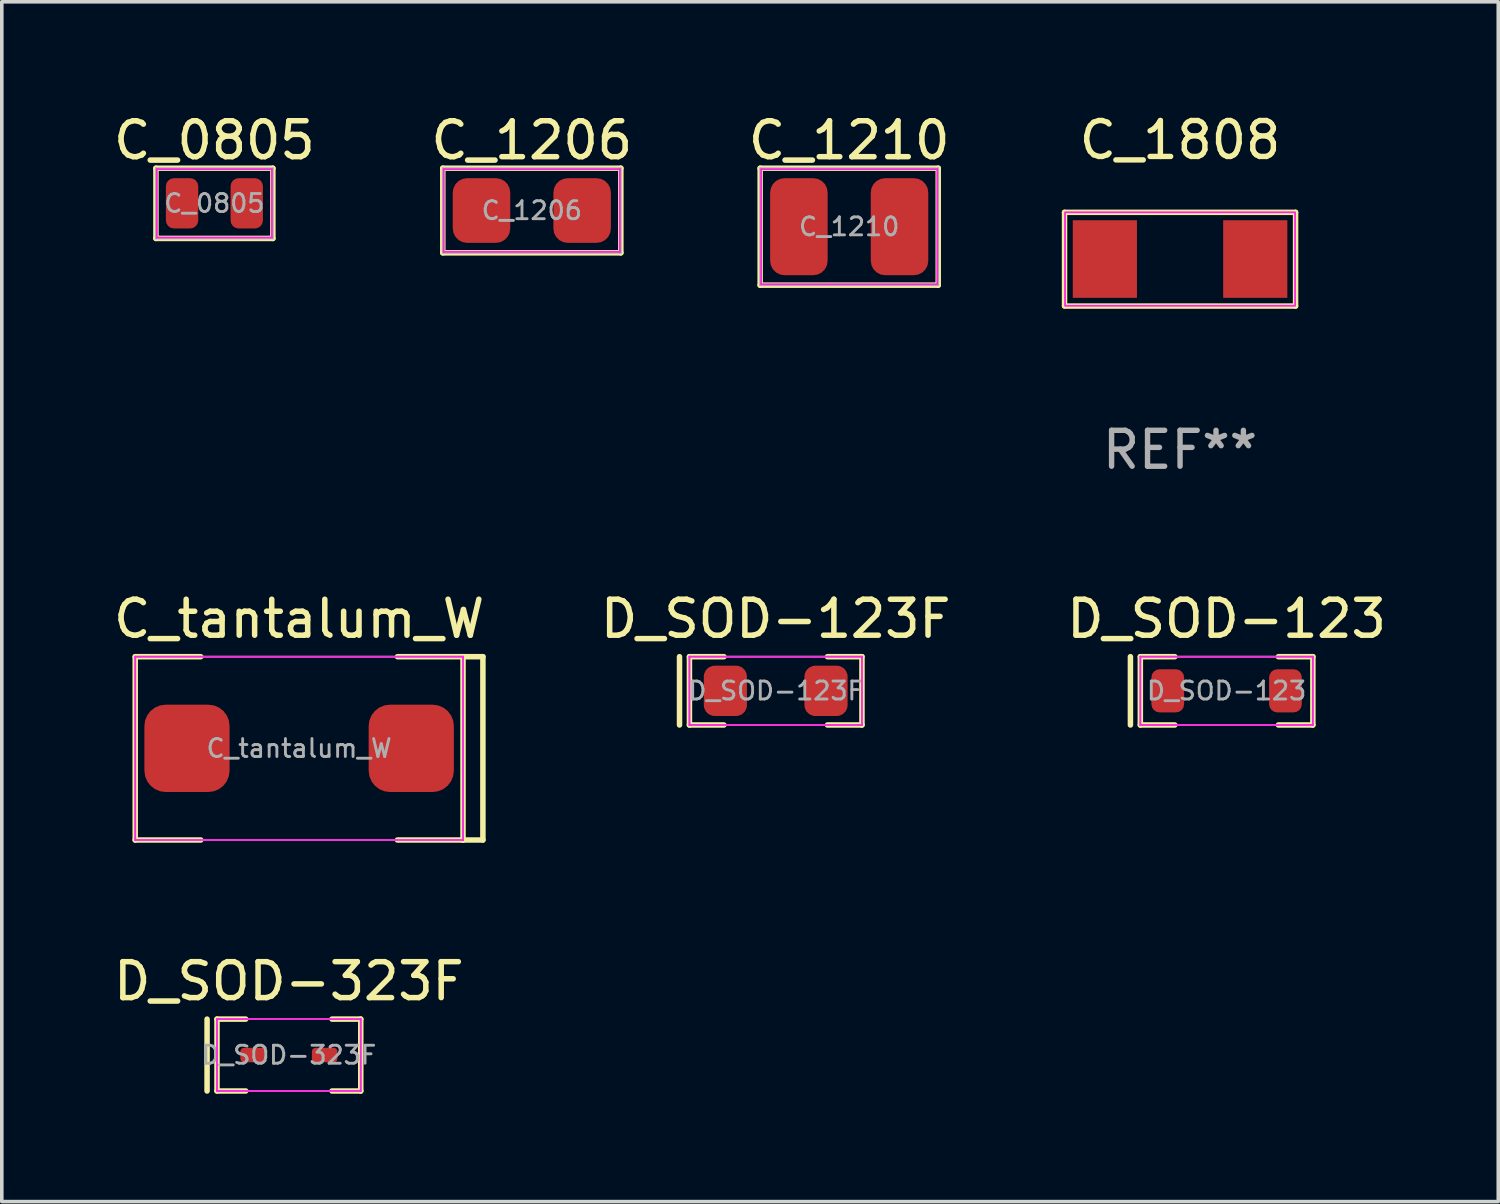
<source format=kicad_pcb>
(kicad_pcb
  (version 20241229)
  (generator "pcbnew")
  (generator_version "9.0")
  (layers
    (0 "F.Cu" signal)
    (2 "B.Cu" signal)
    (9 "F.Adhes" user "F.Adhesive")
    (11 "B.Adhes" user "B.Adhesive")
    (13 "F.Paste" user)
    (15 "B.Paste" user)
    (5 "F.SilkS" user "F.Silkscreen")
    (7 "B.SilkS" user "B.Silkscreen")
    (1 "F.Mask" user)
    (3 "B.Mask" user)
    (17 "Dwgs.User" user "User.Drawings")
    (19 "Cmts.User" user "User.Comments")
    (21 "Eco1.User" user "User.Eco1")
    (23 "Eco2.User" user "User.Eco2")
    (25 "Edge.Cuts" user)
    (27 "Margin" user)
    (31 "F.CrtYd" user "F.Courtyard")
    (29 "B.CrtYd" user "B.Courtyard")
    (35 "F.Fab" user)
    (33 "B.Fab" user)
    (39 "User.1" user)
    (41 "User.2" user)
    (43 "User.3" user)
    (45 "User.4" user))
  (footprint "D_SOD-123F"
    (layer "F.Cu")
    (at 18.531 16.17)
    (property "Reference" "D_SOD-123F" (at 0 -2.003 0) (layer "F.SilkS") (effects (font (size 1 1) (thickness 0.153))))
    (attr smd)
    (fp_line (start -2.676 -0.95) (end -2.676 0.95) (stroke (width 0.153) (type default)) (layer "F.SilkS"))
    (fp_line (start -2.4 -0.95) (end -2.4 0.95) (stroke (width 0.153) (type default)) (layer "F.SilkS"))
    (fp_line (start -2.4 -0.95) (end -1.44 -0.95) (stroke (width 0.153) (type default)) (layer "F.SilkS"))
    (fp_line (start -2.4 0.95) (end -1.44 0.95) (stroke (width 0.153) (type default)) (layer "F.SilkS"))
    (fp_line (start 2.4 -0.95) (end 1.44 -0.95) (stroke (width 0.153) (type default)) (layer "F.SilkS"))
    (fp_line (start 2.4 -0.95) (end 2.4 0.95) (stroke (width 0.153) (type default)) (layer "F.SilkS"))
    (fp_line (start 2.4 0.95) (end 1.44 0.95) (stroke (width 0.153) (type default)) (layer "F.SilkS"))
    (fp_line (start -2.4 -0.95) (end 2.4 -0.95) (stroke (width 0.05) (type default)) (layer "F.CrtYd"))
    (fp_line (start -2.4 0.95) (end -2.4 -0.95) (stroke (width 0.05) (type default)) (layer "F.CrtYd"))
    (fp_line (start 2.4 -0.95) (end 2.4 0.95) (stroke (width 0.05) (type default)) (layer "F.CrtYd"))
    (fp_line (start 2.4 0.95) (end -2.4 0.95) (stroke (width 0.05) (type default)) (layer "F.CrtYd"))
    (fp_line (start -2.4 -0.95) (end 2.4 -0.95) (stroke (width 0.05) (type default)) (layer "F.Fab"))
    (fp_line (start -2.4 0.95) (end -2.4 -0.95) (stroke (width 0.05) (type default)) (layer "F.Fab"))
    (fp_line (start 2.4 -0.95) (end 2.4 0.95) (stroke (width 0.05) (type default)) (layer "F.Fab"))
    (fp_line (start 2.4 0.95) (end -2.4 0.95) (stroke (width 0.05) (type default)) (layer "F.Fab"))
    (fp_text user "${REFERENCE}" (at 0 0 0) (layer "F.Fab") (effects (font (size 0.5 0.5) (thickness 0.08))))
    (pad "A" smd roundrect (at 1.4 0) (size 1.2 1.4) (layers "F.Cu" "F.Mask" "F.Paste") (roundrect_rratio 0.25))
    (pad "C" smd roundrect (at -1.4 0) (size 1.2 1.4) (layers "F.Cu" "F.Mask" "F.Paste") (roundrect_rratio 0.25)))
  (footprint "C_1206"
    (layer "F.Cu")
    (at 11.746 2.807)
    (property "Reference" "C_1206" (at 0 -1.953 0) (layer "F.SilkS") (effects (font (size 1 1) (thickness 0.153))))
    (attr smd)
    (fp_line (start -2.477 -1.177) (end 2.477 -1.177) (stroke (width 0.153) (type default)) (layer "F.SilkS"))
    (fp_line (start -2.477 1.177) (end -2.477 -1.177) (stroke (width 0.153) (type default)) (layer "F.SilkS"))
    (fp_line (start 2.477 -1.177) (end 2.477 1.177) (stroke (width 0.153) (type default)) (layer "F.SilkS"))
    (fp_line (start 2.477 1.177) (end -2.477 1.177) (stroke (width 0.153) (type default)) (layer "F.SilkS"))
    (fp_line (start -2.45 -1.15) (end 2.45 -1.15) (stroke (width 0.05) (type default)) (layer "F.CrtYd"))
    (fp_line (start -2.45 1.15) (end -2.45 -1.15) (stroke (width 0.05) (type default)) (layer "F.CrtYd"))
    (fp_line (start 2.45 -1.15) (end 2.45 1.15) (stroke (width 0.05) (type default)) (layer "F.CrtYd"))
    (fp_line (start 2.45 1.15) (end -2.45 1.15) (stroke (width 0.05) (type default)) (layer "F.CrtYd"))
    (fp_line (start -2.477 -1.177) (end 2.477 -1.177) (stroke (width 0.05) (type default)) (layer "F.Fab"))
    (fp_line (start -2.477 1.177) (end -2.477 -1.177) (stroke (width 0.05) (type default)) (layer "F.Fab"))
    (fp_line (start 2.477 -1.177) (end 2.477 1.177) (stroke (width 0.05) (type default)) (layer "F.Fab"))
    (fp_line (start 2.477 1.177) (end -2.477 1.177) (stroke (width 0.05) (type default)) (layer "F.Fab"))
    (fp_text user "${REFERENCE}" (at 0 0 0) (layer "F.Fab") (effects (font (size 0.5 0.5) (thickness 0.08))))
    (pad "1" smd roundrect (at -1.4 0) (size 1.6 1.8) (layers "F.Cu" "F.Mask" "F.Paste") (roundrect_rratio 0.25))
    (pad "2" smd roundrect (at 1.4 0) (size 1.6 1.8) (layers "F.Cu" "F.Mask" "F.Paste") (roundrect_rratio 0.25)))
  (footprint "D_SOD-123"
    (layer "F.Cu")
    (at 31.076 16.17)
    (property "Reference" "D_SOD-123" (at 0 -2.003 0) (layer "F.SilkS") (effects (font (size 1 1) (thickness 0.153))))
    (attr smd)
    (fp_line (start -2.676 -0.95) (end -2.676 0.95) (stroke (width 0.153) (type default)) (layer "F.SilkS"))
    (fp_line (start -2.4 -0.95) (end -2.4 0.95) (stroke (width 0.153) (type default)) (layer "F.SilkS"))
    (fp_line (start -2.4 -0.95) (end -1.44 -0.95) (stroke (width 0.153) (type default)) (layer "F.SilkS"))
    (fp_line (start -2.4 0.95) (end -1.44 0.95) (stroke (width 0.153) (type default)) (layer "F.SilkS"))
    (fp_line (start 2.4 -0.95) (end 1.44 -0.95) (stroke (width 0.153) (type default)) (layer "F.SilkS"))
    (fp_line (start 2.4 -0.95) (end 2.4 0.95) (stroke (width 0.153) (type default)) (layer "F.SilkS"))
    (fp_line (start 2.4 0.95) (end 1.44 0.95) (stroke (width 0.153) (type default)) (layer "F.SilkS"))
    (fp_line (start -2.4 -0.95) (end 2.4 -0.95) (stroke (width 0.05) (type default)) (layer "F.CrtYd"))
    (fp_line (start -2.4 0.95) (end -2.4 -0.95) (stroke (width 0.05) (type default)) (layer "F.CrtYd"))
    (fp_line (start 2.4 -0.95) (end 2.4 0.95) (stroke (width 0.05) (type default)) (layer "F.CrtYd"))
    (fp_line (start 2.4 0.95) (end -2.4 0.95) (stroke (width 0.05) (type default)) (layer "F.CrtYd"))
    (fp_line (start -2.4 -0.95) (end 2.4 -0.95) (stroke (width 0.05) (type default)) (layer "F.Fab"))
    (fp_line (start -2.4 0.95) (end -2.4 -0.95) (stroke (width 0.05) (type default)) (layer "F.Fab"))
    (fp_line (start 2.4 -0.95) (end 2.4 0.95) (stroke (width 0.05) (type default)) (layer "F.Fab"))
    (fp_line (start 2.4 0.95) (end -2.4 0.95) (stroke (width 0.05) (type default)) (layer "F.Fab"))
    (fp_text user "${REFERENCE}" (at 0 0 0) (layer "F.Fab") (effects (font (size 0.5 0.5) (thickness 0.08))))
    (pad "A" smd roundrect (at 1.637 0) (size 0.91 1.2) (layers "F.Cu" "F.Mask" "F.Paste") (roundrect_rratio 0.25))
    (pad "C" smd roundrect (at -1.637 0) (size 0.91 1.2) (layers "F.Cu" "F.Mask" "F.Paste") (roundrect_rratio 0.25)))
  (footprint "C_1210"
    (layer "F.Cu")
    (at 20.576 3.257)
    (property "Reference" "C_1210" (at 0 -2.403 0) (layer "F.SilkS") (effects (font (size 1 1) (thickness 0.153))))
    (attr smd)
    (fp_line (start -2.477 -1.627) (end 2.477 -1.627) (stroke (width 0.153) (type default)) (layer "F.SilkS"))
    (fp_line (start -2.477 1.627) (end -2.477 -1.627) (stroke (width 0.153) (type default)) (layer "F.SilkS"))
    (fp_line (start 2.477 -1.627) (end 2.477 1.627) (stroke (width 0.153) (type default)) (layer "F.SilkS"))
    (fp_line (start 2.477 1.627) (end -2.477 1.627) (stroke (width 0.153) (type default)) (layer "F.SilkS"))
    (fp_line (start -2.45 -1.6) (end 2.45 -1.6) (stroke (width 0.05) (type default)) (layer "F.CrtYd"))
    (fp_line (start -2.45 1.6) (end -2.45 -1.6) (stroke (width 0.05) (type default)) (layer "F.CrtYd"))
    (fp_line (start 2.45 -1.6) (end 2.45 1.6) (stroke (width 0.05) (type default)) (layer "F.CrtYd"))
    (fp_line (start 2.45 1.6) (end -2.45 1.6) (stroke (width 0.05) (type default)) (layer "F.CrtYd"))
    (fp_line (start -2.477 -1.627) (end 2.477 -1.627) (stroke (width 0.05) (type default)) (layer "F.Fab"))
    (fp_line (start -2.477 1.627) (end -2.477 -1.627) (stroke (width 0.05) (type default)) (layer "F.Fab"))
    (fp_line (start 2.477 -1.627) (end 2.477 1.627) (stroke (width 0.05) (type default)) (layer "F.Fab"))
    (fp_line (start 2.477 1.627) (end -2.477 1.627) (stroke (width 0.05) (type default)) (layer "F.Fab"))
    (fp_text user "${REFERENCE}" (at 0 0 0) (layer "F.Fab") (effects (font (size 0.5 0.5) (thickness 0.08))))
    (pad "1" smd roundrect (at -1.4 0) (size 1.6 2.7) (layers "F.Cu" "F.Mask" "F.Paste") (roundrect_rratio 0.25))
    (pad "2" smd roundrect (at 1.4 0) (size 1.6 2.7) (layers "F.Cu" "F.Mask" "F.Paste") (roundrect_rratio 0.25)))
  (footprint "D_SOD-323F"
    (layer "F.Cu")
    (at 4.987 26.303)
    (property "Reference" "D_SOD-323F" (at 0 -2.053 0) (layer "F.SilkS") (effects (font (size 1 1) (thickness 0.153))))
    (attr smd)
    (fp_line (start -2.276 -1) (end -2.276 1) (stroke (width 0.153) (type default)) (layer "F.SilkS"))
    (fp_line (start -2 -1) (end -2 1) (stroke (width 0.153) (type default)) (layer "F.SilkS"))
    (fp_line (start -2 -1) (end -1.2 -1) (stroke (width 0.153) (type default)) (layer "F.SilkS"))
    (fp_line (start -2 1) (end -1.2 1) (stroke (width 0.153) (type default)) (layer "F.SilkS"))
    (fp_line (start 2 -1) (end 1.2 -1) (stroke (width 0.153) (type default)) (layer "F.SilkS"))
    (fp_line (start 2 -1) (end 2 1) (stroke (width 0.153) (type default)) (layer "F.SilkS"))
    (fp_line (start 2 1) (end 1.2 1) (stroke (width 0.153) (type default)) (layer "F.SilkS"))
    (fp_line (start -2 -1) (end 2 -1) (stroke (width 0.05) (type default)) (layer "F.CrtYd"))
    (fp_line (start -2 1) (end -2 -1) (stroke (width 0.05) (type default)) (layer "F.CrtYd"))
    (fp_line (start 2 -1) (end 2 1) (stroke (width 0.05) (type default)) (layer "F.CrtYd"))
    (fp_line (start 2 1) (end -2 1) (stroke (width 0.05) (type default)) (layer "F.CrtYd"))
    (fp_line (start -2 -1) (end 2 -1) (stroke (width 0.05) (type default)) (layer "F.Fab"))
    (fp_line (start -2 1) (end -2 -1) (stroke (width 0.05) (type default)) (layer "F.Fab"))
    (fp_line (start 2 -1) (end 2 1) (stroke (width 0.05) (type default)) (layer "F.Fab"))
    (fp_line (start 2 1) (end -2 1) (stroke (width 0.05) (type default)) (layer "F.Fab"))
    (fp_text user "${REFERENCE}" (at 0 0 0) (layer "F.Fab") (effects (font (size 0.5 0.5) (thickness 0.08))))
    (pad "A" smd roundrect (at 0.995 0) (size 0.71 0.403) (layers "F.Cu" "F.Mask" "F.Paste") (roundrect_rratio 0.25))
    (pad "C" smd roundrect (at -0.995 0) (size 0.71 0.403) (layers "F.Cu" "F.Mask" "F.Paste") (roundrect_rratio 0.25)))
  (footprint "C_0805"
    (layer "F.Cu")
    (at 2.915 2.607)
    (property "Reference" "C_0805" (at 0 -1.753 0) (layer "F.SilkS") (effects (font (size 1 1) (thickness 0.153))))
    (attr smd)
    (fp_line (start -1.627 -0.977) (end 1.627 -0.977) (stroke (width 0.153) (type default)) (layer "F.SilkS"))
    (fp_line (start -1.627 0.977) (end -1.627 -0.977) (stroke (width 0.153) (type default)) (layer "F.SilkS"))
    (fp_line (start 1.627 -0.977) (end 1.627 0.977) (stroke (width 0.153) (type default)) (layer "F.SilkS"))
    (fp_line (start 1.627 0.977) (end -1.627 0.977) (stroke (width 0.153) (type default)) (layer "F.SilkS"))
    (fp_line (start -1.6 -0.95) (end 1.6 -0.95) (stroke (width 0.05) (type default)) (layer "F.CrtYd"))
    (fp_line (start -1.6 0.95) (end -1.6 -0.95) (stroke (width 0.05) (type default)) (layer "F.CrtYd"))
    (fp_line (start 1.6 -0.95) (end 1.6 0.95) (stroke (width 0.05) (type default)) (layer "F.CrtYd"))
    (fp_line (start 1.6 0.95) (end -1.6 0.95) (stroke (width 0.05) (type default)) (layer "F.CrtYd"))
    (fp_line (start -1.627 -0.977) (end 1.627 -0.977) (stroke (width 0.05) (type default)) (layer "F.Fab"))
    (fp_line (start -1.627 0.977) (end -1.627 -0.977) (stroke (width 0.05) (type default)) (layer "F.Fab"))
    (fp_line (start 1.627 -0.977) (end 1.627 0.977) (stroke (width 0.05) (type default)) (layer "F.Fab"))
    (fp_line (start 1.627 0.977) (end -1.627 0.977) (stroke (width 0.05) (type default)) (layer "F.Fab"))
    (fp_text user "${REFERENCE}" (at 0 0 0) (layer "F.Fab") (effects (font (size 0.5 0.5) (thickness 0.08))))
    (pad "1" smd roundrect (at -0.9 0) (size 0.9 1.4) (layers "F.Cu" "F.Mask" "F.Paste") (roundrect_rratio 0.25))
    (pad "2" smd roundrect (at 0.9 0) (size 0.9 1.4) (layers "F.Cu" "F.Mask" "F.Paste") (roundrect_rratio 0.25)))
  (footprint "C_tantalum_W"
    (layer "F.Cu")
    (at 5.272 17.77)
    (property "Reference" "C_tantalum_W" (at 0 -3.603 0) (layer "F.SilkS") (effects (font (size 1 1) (thickness 0.153))))
    (attr smd)
    (fp_line (start -4.56 -2.55) (end -4.56 2.55) (stroke (width 0.153) (type default)) (layer "F.SilkS"))
    (fp_line (start -4.56 -2.55) (end -2.736 -2.55) (stroke (width 0.153) (type default)) (layer "F.SilkS"))
    (fp_line (start -4.56 2.55) (end -2.736 2.55) (stroke (width 0.153) (type default)) (layer "F.SilkS"))
    (fp_line (start 4.56 -2.55) (end 2.736 -2.55) (stroke (width 0.153) (type default)) (layer "F.SilkS"))
    (fp_line (start 4.56 -2.55) (end 4.56 2.55) (stroke (width 0.153) (type default)) (layer "F.SilkS"))
    (fp_line (start 4.56 -2.55) (end 5.113 -2.55) (stroke (width 0.153) (type default)) (layer "F.SilkS"))
    (fp_line (start 4.56 2.55) (end 2.736 2.55) (stroke (width 0.153) (type default)) (layer "F.SilkS"))
    (fp_line (start 4.56 2.55) (end 5.113 2.55) (stroke (width 0.153) (type default)) (layer "F.SilkS"))
    (fp_line (start 5.113 -2.55) (end 5.113 2.55) (stroke (width 0.153) (type default)) (layer "F.SilkS"))
    (fp_line (start -4.56 -2.55) (end 4.56 -2.55) (stroke (width 0.05) (type default)) (layer "F.CrtYd"))
    (fp_line (start -4.56 2.55) (end -4.56 -2.55) (stroke (width 0.05) (type default)) (layer "F.CrtYd"))
    (fp_line (start 4.56 -2.55) (end 4.56 2.55) (stroke (width 0.05) (type default)) (layer "F.CrtYd"))
    (fp_line (start 4.56 2.55) (end -4.56 2.55) (stroke (width 0.05) (type default)) (layer "F.CrtYd"))
    (fp_line (start -4.56 -2.55) (end 4.56 -2.55) (stroke (width 0.05) (type default)) (layer "F.Fab"))
    (fp_line (start -4.56 2.55) (end -4.56 -2.55) (stroke (width 0.05) (type default)) (layer "F.Fab"))
    (fp_line (start 4.56 -2.55) (end 4.56 2.55) (stroke (width 0.05) (type default)) (layer "F.Fab"))
    (fp_line (start 4.56 2.55) (end -4.56 2.55) (stroke (width 0.05) (type default)) (layer "F.Fab"))
    (fp_text user "${REFERENCE}" (at 0 0 0) (layer "F.Fab") (effects (font (size 0.5 0.5) (thickness 0.08))))
    (pad "N" smd roundrect (at -3.12 0) (size 2.37 2.43) (layers "F.Cu" "F.Mask" "F.Paste") (roundrect_rratio 0.25))
    (pad "P" smd roundrect (at 3.12 0) (size 2.37 2.43) (layers "F.Cu" "F.Mask" "F.Paste") (roundrect_rratio 0.25)))
  (footprint "C_1808"
    (layer "F.Cu")
    (at 29.781 4.157)
    (property "Reference" "C_1808" (at 0 -3.309 0) (layer "F.SilkS") (effects (font (size 1 1) (thickness 0.15))))
    (attr smd)
    (fp_line (start -3.214 -1.3) (end -3.214 1.3) (stroke (width 0.152) (type solid)) (layer "F.SilkS"))
    (fp_line (start -3.214 1.309) (end 3.214 1.309) (stroke (width 0.152) (type solid)) (layer "F.SilkS"))
    (fp_line (start 3.214 -1.3) (end -3.214 -1.3) (stroke (width 0.152) (type solid)) (layer "F.SilkS"))
    (fp_line (start 3.214 -1.3) (end 3.214 1.309) (stroke (width 0.152) (type solid)) (layer "F.SilkS"))
    (fp_rect (start -3.2 -1.3) (end 3.2 1.3) (stroke (width 0.05) (type default)) (fill no) (layer "F.CrtYd"))
    (fp_text user "REF**" (at 0 5.309 0) (layer "F.Fab") (effects (font (size 1 1) (thickness 0.15))))
    (pad "1" smd rect (at -2.092 0) (size 1.785 2.16) (layers "F.Cu" "F.Mask" "F.Paste"))
    (pad "2" smd rect (at 2.092 0) (size 1.785 2.16) (layers "F.Cu" "F.Mask" "F.Paste")))
  (gr_rect
    (start -3 -3)
    (end 38.634 30.38)
    (stroke (width 0.1) (type default))
    (fill no)
    (layer "Edge.Cuts")))
</source>
